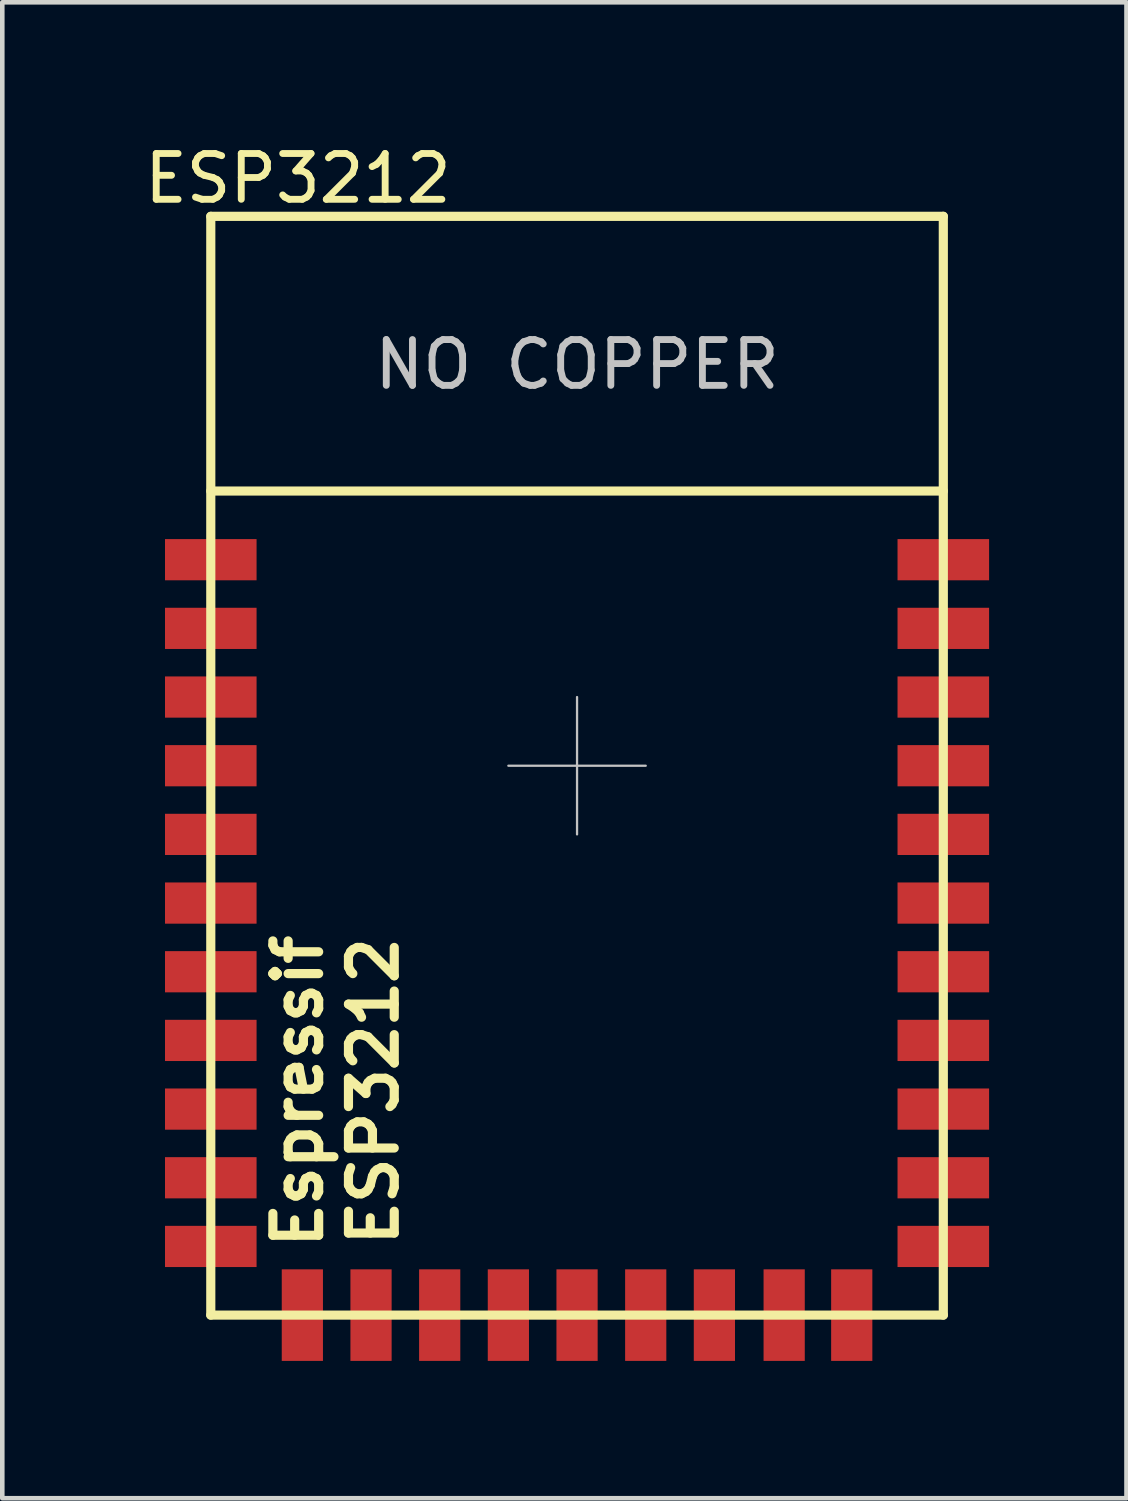
<source format=kicad_pcb>
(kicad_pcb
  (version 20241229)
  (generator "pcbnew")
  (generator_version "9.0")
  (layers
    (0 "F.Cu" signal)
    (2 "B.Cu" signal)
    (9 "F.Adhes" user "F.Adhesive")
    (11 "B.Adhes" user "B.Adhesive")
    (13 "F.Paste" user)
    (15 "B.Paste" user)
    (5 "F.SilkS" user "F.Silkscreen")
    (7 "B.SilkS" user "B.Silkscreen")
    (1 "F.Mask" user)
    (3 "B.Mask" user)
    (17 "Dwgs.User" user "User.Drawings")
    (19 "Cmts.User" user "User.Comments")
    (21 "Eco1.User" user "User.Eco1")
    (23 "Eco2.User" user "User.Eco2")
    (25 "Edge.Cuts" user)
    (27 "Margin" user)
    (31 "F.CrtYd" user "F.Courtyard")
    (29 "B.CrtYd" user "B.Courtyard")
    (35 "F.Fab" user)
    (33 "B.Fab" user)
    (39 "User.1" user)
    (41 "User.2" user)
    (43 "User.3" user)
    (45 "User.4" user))
  (footprint "ESP3212"
    (layer "F.Cu")
    (at 9.554 13.675)
    (property "Reference" "ESP3212" (at -6.096 -12.827 0) (layer "F.SilkS") (effects (font (size 1 1) (thickness 0.15))))
    (attr through_hole)
    (fp_line (start -8 -12) (end 8 -12) (stroke (width 0.2) (type solid)) (layer "F.SilkS"))
    (fp_line (start -8 -6) (end 8 -6) (stroke (width 0.2) (type solid)) (layer "F.SilkS"))
    (fp_line (start -8 12) (end -8 -12) (stroke (width 0.2) (type solid)) (layer "F.SilkS"))
    (fp_line (start 8 -12) (end 8 12) (stroke (width 0.2) (type solid)) (layer "F.SilkS"))
    (fp_line (start 8 12) (end -8 12) (stroke (width 0.2) (type solid)) (layer "F.SilkS"))
    (fp_line (start 0 -1.5) (end 0 1.5) (stroke (width 0.05) (type solid)) (layer "Dwgs.User"))
    (fp_line (start 1.5 0) (end -1.5 0) (stroke (width 0.05) (type solid)) (layer "Dwgs.User"))
    (fp_text user "Espressif" (at -6.096 7.112 90) (layer "F.SilkS") (effects (font (size 1 1) (thickness 0.2))))
    (fp_text user "ESP3212" (at -4.445 7.112 90) (layer "F.SilkS") (effects (font (size 1 1) (thickness 0.2))))
    (fp_text user "NO COPPER" (at 0 -8.763 0) (layer "Dwgs.User") (effects (font (size 1 1) (thickness 0.15))))
    (pad "2" smd rect (at -8 -3) (size 2 0.9) (layers "F.Cu" "F.Mask" "F.Paste"))
    (pad "3" smd rect (at -8 -1.5) (size 2 0.9) (layers "F.Cu" "F.Mask" "F.Paste"))
    (pad "4" smd rect (at -8 0) (size 2 0.9) (layers "F.Cu" "F.Mask" "F.Paste"))
    (pad "5" smd rect (at -8 1.5) (size 2 0.9) (layers "F.Cu" "F.Mask" "F.Paste"))
    (pad "6" smd rect (at -8 3) (size 2 0.9) (layers "F.Cu" "F.Mask" "F.Paste"))
    (pad "7" smd rect (at -8 4.5) (size 2 0.9) (layers "F.Cu" "F.Mask" "F.Paste"))
    (pad "8" smd rect (at -8 6) (size 2 0.9) (layers "F.Cu" "F.Mask" "F.Paste"))
    (pad "9" smd rect (at -8 7.5) (size 2 0.9) (layers "F.Cu" "F.Mask" "F.Paste"))
    (pad "10" smd rect (at -8 9) (size 2 0.9) (layers "F.Cu" "F.Mask" "F.Paste"))
    (pad "11" smd rect (at -8 10.5) (size 2 0.9) (layers "F.Cu" "F.Mask" "F.Paste"))
    (pad "12" smd rect (at -6 12) (size 0.9 2) (layers "F.Cu" "F.Mask" "F.Paste"))
    (pad "13" smd rect (at -4.5 12) (size 0.9 2) (layers "F.Cu" "F.Mask" "F.Paste"))
    (pad "14" smd rect (at -3 12) (size 0.9 2) (layers "F.Cu" "F.Mask" "F.Paste"))
    (pad "15" smd rect (at -1.5 12) (size 0.9 2) (layers "F.Cu" "F.Mask" "F.Paste"))
    (pad "16" smd rect (at 0 12) (size 0.9 2) (layers "F.Cu" "F.Mask" "F.Paste"))
    (pad "17" smd rect (at 1.5 12) (size 0.9 2) (layers "F.Cu" "F.Mask" "F.Paste"))
    (pad "18" smd rect (at 3 12) (size 0.9 2) (layers "F.Cu" "F.Mask" "F.Paste"))
    (pad "19" smd rect (at 4.524 12) (size 0.9 2) (layers "F.Cu" "F.Mask" "F.Paste"))
    (pad "20" smd rect (at 6 12) (size 0.9 2) (layers "F.Cu" "F.Mask" "F.Paste"))
    (pad "21" smd rect (at -8 -4.5) (size 2 0.9) (layers "F.Cu" "F.Mask" "F.Paste"))
    (pad "21" smd rect (at 8 10.5) (size 2 0.9) (layers "F.Cu" "F.Mask" "F.Paste"))
    (pad "22" smd rect (at 8 9) (size 2 0.9) (layers "F.Cu" "F.Mask" "F.Paste"))
    (pad "23" smd rect (at 8 7.5) (size 2 0.9) (layers "F.Cu" "F.Mask" "F.Paste"))
    (pad "24" smd rect (at 8 6) (size 2 0.9) (layers "F.Cu" "F.Mask" "F.Paste"))
    (pad "25" smd rect (at 8.001 4.5) (size 2 0.9) (layers "F.Cu" "F.Mask" "F.Paste"))
    (pad "26" smd rect (at 8 3) (size 2 0.9) (layers "F.Cu" "F.Mask" "F.Paste"))
    (pad "27" smd rect (at 8 1.5) (size 2 0.9) (layers "F.Cu" "F.Mask" "F.Paste"))
    (pad "28" smd rect (at 8 0) (size 2 0.9) (layers "F.Cu" "F.Mask" "F.Paste"))
    (pad "29" smd rect (at 8 -1.5) (size 2 0.9) (layers "F.Cu" "F.Mask" "F.Paste"))
    (pad "30" smd rect (at 8 -3) (size 2 0.9) (layers "F.Cu" "F.Mask" "F.Paste"))
    (pad "31" smd rect (at 8 -4.5) (size 2 0.9) (layers "F.Cu" "F.Mask" "F.Paste")))
  (gr_rect
    (start -3 -3)
    (end 21.555 29.675)
    (stroke (width 0.1) (type default))
    (fill no)
    (layer "Edge.Cuts")))
</source>
